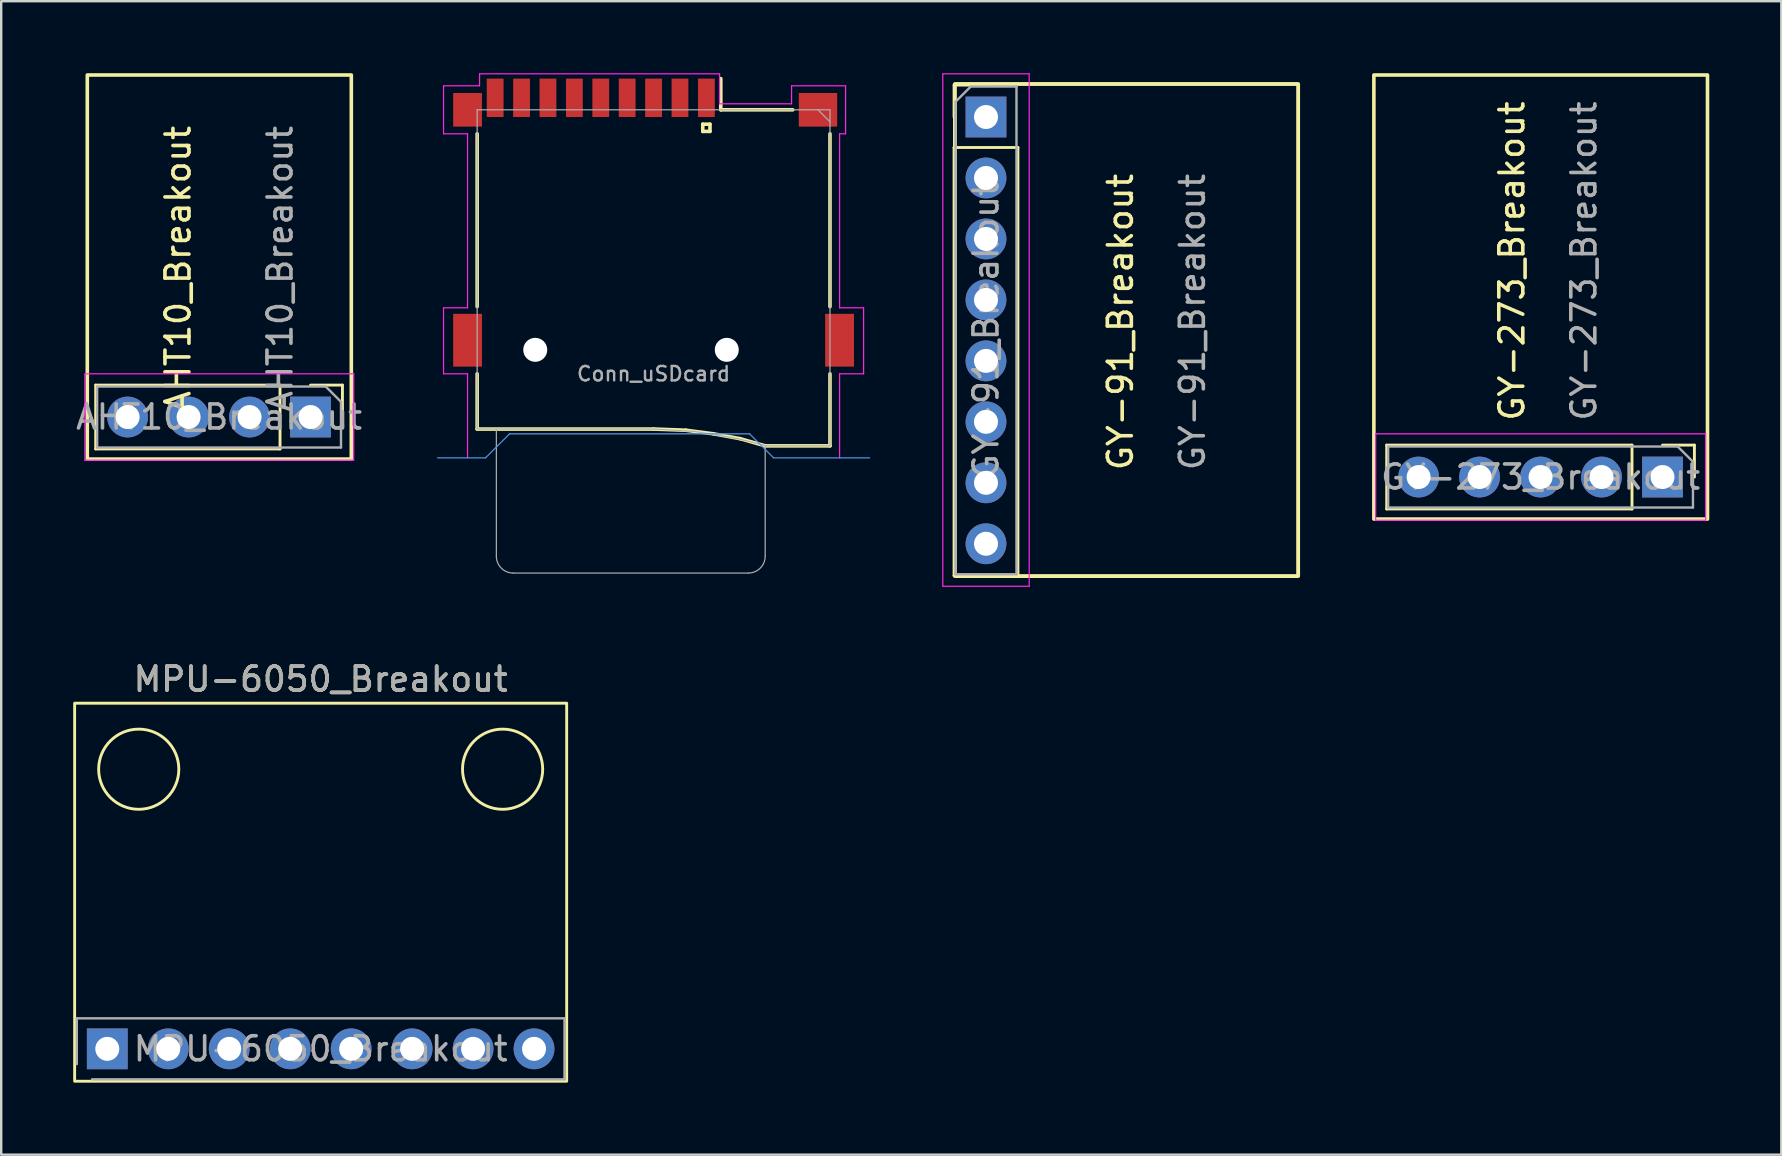
<source format=kicad_pcb>
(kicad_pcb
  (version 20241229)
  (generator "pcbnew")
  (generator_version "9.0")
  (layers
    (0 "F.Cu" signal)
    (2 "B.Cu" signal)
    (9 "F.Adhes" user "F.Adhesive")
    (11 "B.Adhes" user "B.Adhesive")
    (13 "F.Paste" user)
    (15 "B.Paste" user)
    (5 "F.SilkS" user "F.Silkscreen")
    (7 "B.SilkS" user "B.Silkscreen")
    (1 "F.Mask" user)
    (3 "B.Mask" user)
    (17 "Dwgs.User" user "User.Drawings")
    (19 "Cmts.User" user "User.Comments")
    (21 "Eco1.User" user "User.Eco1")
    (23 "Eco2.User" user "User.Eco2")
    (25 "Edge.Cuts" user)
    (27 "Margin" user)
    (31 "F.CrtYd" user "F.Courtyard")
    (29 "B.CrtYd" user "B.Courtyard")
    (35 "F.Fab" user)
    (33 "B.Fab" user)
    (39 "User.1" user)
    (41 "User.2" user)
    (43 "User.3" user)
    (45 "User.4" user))
  (footprint "Conn_uSDcard"
    (layer "F.Cu")
    (at 24.18 11.525)
    (property "Reference" "Conn_uSDcard" (at 0 1 180) (layer "F.Fab") (effects (font (size 0.6 0.6) (thickness 0.1))))
    (attr through_hole)
    (fp_line (start -7.35 -1.8) (end -7.35 -9) (stroke (width 0.15) (type solid)) (layer "F.SilkS"))
    (fp_line (start -7.35 1) (end -7.35 3.3) (stroke (width 0.15) (type solid)) (layer "F.SilkS"))
    (fp_line (start -7.35 3.3) (end 0 3.3) (stroke (width 0.15) (type solid)) (layer "F.SilkS"))
    (fp_line (start 0 3.3) (end 1.35 3.35) (stroke (width 0.15) (type solid)) (layer "F.SilkS"))
    (fp_line (start 1.35 3.35) (end 2.5 3.5) (stroke (width 0.15) (type solid)) (layer "F.SilkS"))
    (fp_line (start 2.05 -9.4) (end 2.05 -9.1) (stroke (width 0.15) (type solid)) (layer "F.SilkS"))
    (fp_line (start 2.05 -9.1) (end 2.35 -9.1) (stroke (width 0.15) (type solid)) (layer "F.SilkS"))
    (fp_line (start 2.35 -9.4) (end 2.05 -9.4) (stroke (width 0.15) (type solid)) (layer "F.SilkS"))
    (fp_line (start 2.35 -9.1) (end 2.35 -9.4) (stroke (width 0.15) (type solid)) (layer "F.SilkS"))
    (fp_line (start 2.5 3.5) (end 3.6 3.7) (stroke (width 0.15) (type solid)) (layer "F.SilkS"))
    (fp_line (start 2.8 -10) (end 2.8 -11.3) (stroke (width 0.15) (type solid)) (layer "F.SilkS"))
    (fp_line (start 2.8 -10) (end 5.8 -10) (stroke (width 0.15) (type solid)) (layer "F.SilkS"))
    (fp_line (start 3.6 3.7) (end 4.65 4) (stroke (width 0.15) (type solid)) (layer "F.SilkS"))
    (fp_line (start 4.65 4) (end 7.35 4) (stroke (width 0.15) (type solid)) (layer "F.SilkS"))
    (fp_line (start 7.35 -9) (end 7.35 -1.8) (stroke (width 0.15) (type solid)) (layer "F.SilkS"))
    (fp_line (start 7.35 4) (end 7.35 1) (stroke (width 0.15) (type solid)) (layer "F.SilkS"))
    (fp_line (start -9 4.5) (end -7 4.5) (stroke (width 0.05) (type solid)) (layer "Cmts.User"))
    (fp_line (start -7 4.5) (end -6 3.5) (stroke (width 0.05) (type solid)) (layer "Cmts.User"))
    (fp_line (start -6 3.5) (end 4 3.5) (stroke (width 0.05) (type solid)) (layer "Cmts.User"))
    (fp_line (start 4 3.5) (end 5 4.5) (stroke (width 0.05) (type solid)) (layer "Cmts.User"))
    (fp_line (start 5 4.5) (end 9 4.5) (stroke (width 0.05) (type solid)) (layer "Cmts.User"))
    (fp_line (start -8.75 -11) (end -7.25 -11) (stroke (width 0.05) (type solid)) (layer "F.CrtYd"))
    (fp_line (start -8.75 -9) (end -8.75 -11) (stroke (width 0.05) (type solid)) (layer "F.CrtYd"))
    (fp_line (start -8.75 -1.75) (end -7.75 -1.75) (stroke (width 0.05) (type solid)) (layer "F.CrtYd"))
    (fp_line (start -8.75 1) (end -8.75 -1.75) (stroke (width 0.05) (type solid)) (layer "F.CrtYd"))
    (fp_line (start -7.75 -9) (end -8.75 -9) (stroke (width 0.05) (type solid)) (layer "F.CrtYd"))
    (fp_line (start -7.75 -1.75) (end -7.75 -9) (stroke (width 0.05) (type solid)) (layer "F.CrtYd"))
    (fp_line (start -7.75 1) (end -8.75 1) (stroke (width 0.05) (type solid)) (layer "F.CrtYd"))
    (fp_line (start -7.75 4.5) (end -7.75 1) (stroke (width 0.05) (type solid)) (layer "F.CrtYd"))
    (fp_line (start -7.25 -11.5) (end 2.75 -11.5) (stroke (width 0.05) (type solid)) (layer "F.CrtYd"))
    (fp_line (start -7.25 -11) (end -7.25 -11.5) (stroke (width 0.05) (type solid)) (layer "F.CrtYd"))
    (fp_line (start 2.75 -11.5) (end 2.75 -10.25) (stroke (width 0.05) (type solid)) (layer "F.CrtYd"))
    (fp_line (start 2.75 -10.25) (end 5.75 -10.25) (stroke (width 0.05) (type solid)) (layer "F.CrtYd"))
    (fp_line (start 5.75 -11) (end 8 -11) (stroke (width 0.05) (type solid)) (layer "F.CrtYd"))
    (fp_line (start 5.75 -10.25) (end 5.75 -11) (stroke (width 0.05) (type solid)) (layer "F.CrtYd"))
    (fp_line (start 7.75 -9) (end 7.75 -1.75) (stroke (width 0.05) (type solid)) (layer "F.CrtYd"))
    (fp_line (start 7.75 -1.75) (end 8.75 -1.75) (stroke (width 0.05) (type solid)) (layer "F.CrtYd"))
    (fp_line (start 7.75 1) (end 7.75 4.5) (stroke (width 0.05) (type solid)) (layer "F.CrtYd"))
    (fp_line (start 8 -11) (end 8 -9) (stroke (width 0.05) (type solid)) (layer "F.CrtYd"))
    (fp_line (start 8 -9) (end 7.75 -9) (stroke (width 0.05) (type solid)) (layer "F.CrtYd"))
    (fp_line (start 8.75 -1.75) (end 8.75 1) (stroke (width 0.05) (type solid)) (layer "F.CrtYd"))
    (fp_line (start 8.75 1) (end 7.75 1) (stroke (width 0.05) (type solid)) (layer "F.CrtYd"))
    (fp_line (start -7.35 -10) (end -7.35 3.3) (stroke (width 0.05) (type solid)) (layer "F.Fab"))
    (fp_line (start -7.35 -10) (end 7.35 -10) (stroke (width 0.05) (type solid)) (layer "F.Fab"))
    (fp_line (start -7.35 3.3) (end 0 3.3) (stroke (width 0.05) (type solid)) (layer "F.Fab"))
    (fp_line (start -6.55 8.6) (end -6.55 3.3) (stroke (width 0.05) (type solid)) (layer "F.Fab"))
    (fp_line (start -5.85 9.3) (end 3.95 9.3) (stroke (width 0.05) (type solid)) (layer "F.Fab"))
    (fp_line (start 0 3.3) (end 1.7 3.4) (stroke (width 0.05) (type solid)) (layer "F.Fab"))
    (fp_line (start 1.7 3.4) (end 3.5 3.7) (stroke (width 0.05) (type solid)) (layer "F.Fab"))
    (fp_line (start 3.5 3.7) (end 4.7 4) (stroke (width 0.05) (type solid)) (layer "F.Fab"))
    (fp_line (start 4.65 4) (end 7.35 4) (stroke (width 0.05) (type solid)) (layer "F.Fab"))
    (fp_line (start 4.65 8.6) (end 4.65 4) (stroke (width 0.05) (type solid)) (layer "F.Fab"))
    (fp_line (start 7.35 -10) (end 7.35 4) (stroke (width 0.05) (type solid)) (layer "F.Fab"))
    (fp_line (start 7.35 -9.5) (end 6.85 -10) (stroke (width 0.05) (type solid)) (layer "F.Fab"))
    (fp_arc (start -5.85 9.3) (mid -6.344975 9.094975) (end -6.55 8.6) (stroke (width 0.05) (type solid)) (layer "F.Fab"))
    (fp_arc (start 4.65 8.6) (mid 4.444975 9.094975) (end 3.95 9.3) (stroke (width 0.05) (type solid)) (layer "F.Fab"))
    (fp_text user "${REFERENCE}" (at 2.1 -9.35 180) (layer "Eco1.User") (effects (font (size 0.3 0.3) (thickness 0.03))))
    (pad "" np_thru_hole circle (at -4.93 0) (size 1 1) (drill 1) (layers "*.Cu"))
    (pad "" np_thru_hole circle (at 3.05 0) (size 1 1) (drill 1) (layers "*.Cu"))
    (pad "1" smd rect (at 2.2 -10.5) (size 0.7 1.6) (layers "F.Cu" "F.Mask" "F.Paste"))
    (pad "2" smd rect (at 1.1 -10.5) (size 0.7 1.6) (layers "F.Cu" "F.Mask" "F.Paste"))
    (pad "3" smd rect (at 0 -10.5) (size 0.7 1.6) (layers "F.Cu" "F.Mask" "F.Paste"))
    (pad "4" smd rect (at -1.1 -10.5) (size 0.7 1.6) (layers "F.Cu" "F.Mask" "F.Paste"))
    (pad "5" smd rect (at -2.2 -10.5) (size 0.7 1.6) (layers "F.Cu" "F.Mask" "F.Paste"))
    (pad "6" smd rect (at -7.75 -10) (size 1.2 1.4) (layers "F.Cu" "F.Mask" "F.Paste"))
    (pad "6" smd rect (at -7.75 -0.4) (size 1.2 2.2) (layers "F.Cu" "F.Mask" "F.Paste"))
    (pad "6" smd rect (at -3.3 -10.5) (size 0.7 1.6) (layers "F.Cu" "F.Mask" "F.Paste"))
    (pad "6" smd rect (at 6.85 -10) (size 1.6 1.4) (layers "F.Cu" "F.Mask" "F.Paste"))
    (pad "6" smd rect (at 7.75 -0.4) (size 1.2 2.2) (layers "F.Cu" "F.Mask" "F.Paste"))
    (pad "7" smd rect (at -4.4 -10.5) (size 0.7 1.6) (layers "F.Cu" "F.Mask" "F.Paste"))
    (pad "8" smd rect (at -5.5 -10.5) (size 0.7 1.6) (layers "F.Cu" "F.Mask" "F.Paste"))
    (pad "9" smd rect (at -6.6 -10.5) (size 0.7 1.6) (layers "F.Cu" "F.Mask" "F.Paste")))
  (footprint "GY-91_Breakout"
    (layer "F.Cu")
    (at 44.83 10.865)
    (property "Reference" "GY-91_Breakout" (at -1.2 -0.5 90) (unlocked yes) (layer "F.SilkS") (effects (font (size 1 1) (thickness 0.15))))
    (attr through_hole)
    (fp_line (start -8.13 -10.37) (end -6.8 -10.37) (stroke (width 0.12) (type solid)) (layer "F.SilkS"))
    (fp_line (start -8.13 -9.04) (end -8.13 -10.37) (stroke (width 0.12) (type solid)) (layer "F.SilkS"))
    (fp_line (start -8.13 -7.77) (end -8.13 10.07) (stroke (width 0.12) (type solid)) (layer "F.SilkS"))
    (fp_line (start -8.13 -7.77) (end -5.47 -7.77) (stroke (width 0.12) (type solid)) (layer "F.SilkS"))
    (fp_line (start -8.13 10.07) (end -5.47 10.07) (stroke (width 0.12) (type solid)) (layer "F.SilkS"))
    (fp_line (start -5.47 -7.77) (end -5.47 10.07) (stroke (width 0.12) (type solid)) (layer "F.SilkS"))
    (fp_rect (start -8.095 -10.415) (end 6.205 10.085) (stroke (width 0.16) (type solid)) (fill no) (layer "F.SilkS"))
    (fp_line (start -8.6 -10.84) (end -8.6 10.51) (stroke (width 0.05) (type solid)) (layer "F.CrtYd"))
    (fp_line (start -8.6 10.51) (end -5 10.51) (stroke (width 0.05) (type solid)) (layer "F.CrtYd"))
    (fp_line (start -5 -10.84) (end -8.6 -10.84) (stroke (width 0.05) (type solid)) (layer "F.CrtYd"))
    (fp_line (start -5 10.51) (end -5 -10.84) (stroke (width 0.05) (type solid)) (layer "F.CrtYd"))
    (fp_line (start -8.07 -9.675) (end -7.435 -10.31) (stroke (width 0.1) (type solid)) (layer "F.Fab"))
    (fp_line (start -8.07 10.01) (end -8.07 -9.675) (stroke (width 0.1) (type solid)) (layer "F.Fab"))
    (fp_line (start -7.435 -10.31) (end -5.53 -10.31) (stroke (width 0.1) (type solid)) (layer "F.Fab"))
    (fp_line (start -5.53 -10.31) (end -5.53 10.01) (stroke (width 0.1) (type solid)) (layer "F.Fab"))
    (fp_line (start -5.53 10.01) (end -8.07 10.01) (stroke (width 0.1) (type solid)) (layer "F.Fab"))
    (fp_text user "${REFERENCE}" (at -6.8 -0.15 90) (layer "F.Fab") (effects (font (size 1 1) (thickness 0.15))))
    (fp_text user "${REFERENCE}" (at 1.8 -0.5 90) (unlocked yes) (layer "F.Fab") (effects (font (size 1 1) (thickness 0.15))))
    (pad "1" thru_hole rect (at -6.8 -9.04) (size 1.7 1.7) (drill 1) (layers "*.Cu" "*.Mask"))
    (pad "2" thru_hole oval (at -6.8 -6.5) (size 1.7 1.7) (drill 1) (layers "*.Cu" "*.Mask"))
    (pad "3" thru_hole oval (at -6.8 -3.96) (size 1.7 1.7) (drill 1) (layers "*.Cu" "*.Mask"))
    (pad "4" thru_hole oval (at -6.8 -1.42) (size 1.7 1.7) (drill 1) (layers "*.Cu" "*.Mask"))
    (pad "5" thru_hole oval (at -6.8 1.12) (size 1.7 1.7) (drill 1) (layers "*.Cu" "*.Mask"))
    (pad "6" thru_hole oval (at -6.8 3.66) (size 1.7 1.7) (drill 1) (layers "*.Cu" "*.Mask"))
    (pad "7" thru_hole oval (at -6.8 6.2) (size 1.7 1.7) (drill 1) (layers "*.Cu" "*.Mask"))
    (pad "8" thru_hole oval (at -6.8 8.74) (size 1.7 1.7) (drill 1) (layers "*.Cu" "*.Mask")))
  (footprint "AHT10_Breakout"
    (layer "F.Cu")
    (at 6.117 8.155)
    (property "Reference" "AHT10_Breakout" (at -1.75 0 90) (unlocked yes) (layer "F.SilkS") (effects (font (size 1 1) (thickness 0.15))))
    (attr through_hole)
    (fp_line (start -5.18 4.84) (end -5.18 7.5) (stroke (width 0.12) (type solid)) (layer "F.SilkS"))
    (fp_line (start 2.5 4.84) (end -5.18 4.84) (stroke (width 0.12) (type solid)) (layer "F.SilkS"))
    (fp_line (start 2.5 4.84) (end 2.5 7.5) (stroke (width 0.12) (type solid)) (layer "F.SilkS"))
    (fp_line (start 2.5 7.5) (end -5.18 7.5) (stroke (width 0.12) (type solid)) (layer "F.SilkS"))
    (fp_line (start 3.77 4.84) (end 5.1 4.84) (stroke (width 0.12) (type solid)) (layer "F.SilkS"))
    (fp_line (start 5.1 4.84) (end 5.1 6.17) (stroke (width 0.12) (type solid)) (layer "F.SilkS"))
    (fp_poly (pts (xy 5.47 7.92) (xy -5.53 7.92) (xy -5.53 -8.08) (xy 5.47 -8.08)) (stroke (width 0.15) (type solid)) (fill no) (layer "F.SilkS"))
    (fp_line (start -5.63 4.37) (end -5.63 7.97) (stroke (width 0.05) (type solid)) (layer "F.CrtYd"))
    (fp_line (start -5.63 7.97) (end 5.57 7.97) (stroke (width 0.05) (type solid)) (layer "F.CrtYd"))
    (fp_line (start 5.57 4.37) (end -5.63 4.37) (stroke (width 0.05) (type solid)) (layer "F.CrtYd"))
    (fp_line (start 5.57 7.97) (end 5.57 4.37) (stroke (width 0.05) (type solid)) (layer "F.CrtYd"))
    (fp_line (start -5.12 4.9) (end 4.405 4.9) (stroke (width 0.1) (type solid)) (layer "F.Fab"))
    (fp_line (start -5.12 7.44) (end -5.12 4.9) (stroke (width 0.1) (type solid)) (layer "F.Fab"))
    (fp_line (start 4.405 4.9) (end 5.04 5.535) (stroke (width 0.1) (type solid)) (layer "F.Fab"))
    (fp_line (start 5.04 5.535) (end 5.04 7.44) (stroke (width 0.1) (type solid)) (layer "F.Fab"))
    (fp_line (start 5.04 7.44) (end -5.12 7.44) (stroke (width 0.1) (type solid)) (layer "F.Fab"))
    (fp_text user "${REFERENCE}" (at -0.04 6.17 180) (layer "F.Fab") (effects (font (size 1 1) (thickness 0.15))))
    (fp_text user "${REFERENCE}" (at 2.5 0 90) (unlocked yes) (layer "F.Fab") (effects (font (size 1 1) (thickness 0.15))))
    (pad "1" thru_hole rect (at 3.77 6.17 270) (size 1.7 1.7) (drill 1) (layers "*.Cu" "*.Mask"))
    (pad "2" thru_hole oval (at 1.23 6.17 270) (size 1.7 1.7) (drill 1) (layers "*.Cu" "*.Mask"))
    (pad "3" thru_hole oval (at -1.31 6.17 270) (size 1.7 1.7) (drill 1) (layers "*.Cu" "*.Mask"))
    (pad "4" thru_hole oval (at -3.85 6.17 270) (size 1.7 1.7) (drill 1) (layers "*.Cu" "*.Mask")))
  (footprint "MPU-6050_Breakout"
    (layer "F.Cu")
    (at 10.62 33.898)
    (property "Reference" "MPU-6050_Breakout" (at -0.31 -8.65 0) (unlocked yes) (layer "F.SilkS") (effects (font (size 1 1) (thickness 0.15))))
    (attr through_hole)
    (fp_rect (start -10.56 -7.65) (end 9.94 8.1) (stroke (width 0.12) (type solid)) (fill no) (layer "F.SilkS"))
    (fp_circle (center -7.89 -4.9) (end -6.22 -4.9) (stroke (width 0.12) (type solid)) (fill no) (layer "F.SilkS"))
    (fp_circle (center 7.27 -4.9) (end 8.94 -4.9) (stroke (width 0.12) (type solid)) (fill no) (layer "F.SilkS"))
    (fp_line (start -10.47 5.48) (end -10.47 7.385) (stroke (width 0.1) (type solid)) (layer "F.Fab"))
    (fp_line (start -9.835 8.02) (end 9.85 8.02) (stroke (width 0.1) (type solid)) (layer "F.Fab"))
    (fp_line (start 9.85 5.48) (end -10.47 5.48) (stroke (width 0.1) (type solid)) (layer "F.Fab"))
    (fp_line (start 9.85 8.02) (end 9.85 5.48) (stroke (width 0.1) (type solid)) (layer "F.Fab"))
    (fp_text user "${REFERENCE}" (at -0.31 -8.65 0) (unlocked yes) (layer "F.Fab") (effects (font (size 1 1) (thickness 0.15))))
    (fp_text user "${REFERENCE}" (at -0.31 6.75 0) (layer "F.Fab") (effects (font (size 1 1) (thickness 0.15))))
    (pad "1" thru_hole rect (at -9.2 6.75 90) (size 1.7 1.7) (drill 1) (layers "*.Cu" "*.Mask"))
    (pad "2" thru_hole oval (at -6.66 6.75 90) (size 1.7 1.7) (drill 1) (layers "*.Cu" "*.Mask"))
    (pad "3" thru_hole oval (at -4.12 6.75 90) (size 1.7 1.7) (drill 1) (layers "*.Cu" "*.Mask"))
    (pad "4" thru_hole oval (at -1.58 6.75 90) (size 1.7 1.7) (drill 1) (layers "*.Cu" "*.Mask"))
    (pad "5" thru_hole oval (at 0.96 6.75 90) (size 1.7 1.7) (drill 1) (layers "*.Cu" "*.Mask"))
    (pad "6" thru_hole oval (at 3.5 6.75 90) (size 1.7 1.7) (drill 1) (layers "*.Cu" "*.Mask"))
    (pad "7" thru_hole oval (at 6.04 6.75 90) (size 1.7 1.7) (drill 1) (layers "*.Cu" "*.Mask"))
    (pad "8" thru_hole oval (at 8.58 6.75 90) (size 1.7 1.7) (drill 1) (layers "*.Cu" "*.Mask")))
  (footprint "GY-273_Breakout"
    (layer "F.Cu")
    (at 61.195 8.745)
    (property "Reference" "GY-273_Breakout" (at -1.255 -0.92 90) (unlocked yes) (layer "F.SilkS") (effects (font (size 1 1) (thickness 0.15))))
    (attr through_hole)
    (fp_line (start -6.47 6.75) (end -6.47 9.41) (stroke (width 0.12) (type solid)) (layer "F.SilkS"))
    (fp_line (start 3.75 6.75) (end -6.47 6.75) (stroke (width 0.12) (type solid)) (layer "F.SilkS"))
    (fp_line (start 3.75 6.75) (end 3.75 9.41) (stroke (width 0.12) (type solid)) (layer "F.SilkS"))
    (fp_line (start 3.75 9.41) (end -6.47 9.41) (stroke (width 0.12) (type solid)) (layer "F.SilkS"))
    (fp_line (start 5.02 6.75) (end 6.35 6.75) (stroke (width 0.12) (type solid)) (layer "F.SilkS"))
    (fp_line (start 6.35 6.75) (end 6.35 8.08) (stroke (width 0.12) (type solid)) (layer "F.SilkS"))
    (fp_poly (pts (xy 6.895 9.83) (xy -7.005 9.83) (xy -7.005 -8.67) (xy 6.895 -8.67)) (stroke (width 0.15) (type solid)) (fill no) (layer "F.SilkS"))
    (fp_line (start -6.93 6.28) (end -6.93 9.88) (stroke (width 0.05) (type solid)) (layer "F.CrtYd"))
    (fp_line (start -6.93 9.88) (end 6.82 9.88) (stroke (width 0.05) (type solid)) (layer "F.CrtYd"))
    (fp_line (start 6.82 6.28) (end -6.93 6.28) (stroke (width 0.05) (type solid)) (layer "F.CrtYd"))
    (fp_line (start 6.82 9.88) (end 6.82 6.28) (stroke (width 0.05) (type solid)) (layer "F.CrtYd"))
    (fp_line (start -6.41 6.81) (end 5.655 6.81) (stroke (width 0.1) (type solid)) (layer "F.Fab"))
    (fp_line (start -6.41 9.35) (end -6.41 6.81) (stroke (width 0.1) (type solid)) (layer "F.Fab"))
    (fp_line (start 5.655 6.81) (end 6.29 7.445) (stroke (width 0.1) (type solid)) (layer "F.Fab"))
    (fp_line (start 6.29 7.445) (end 6.29 9.35) (stroke (width 0.1) (type solid)) (layer "F.Fab"))
    (fp_line (start 6.29 9.35) (end -6.41 9.35) (stroke (width 0.1) (type solid)) (layer "F.Fab"))
    (fp_text user "${REFERENCE}" (at 1.745 -0.92 90) (unlocked yes) (layer "F.Fab") (effects (font (size 1 1) (thickness 0.15))))
    (fp_text user "${REFERENCE}" (at -0.06 8.08 0) (layer "F.Fab") (effects (font (size 1 1) (thickness 0.15))))
    (pad "1" thru_hole rect (at 5.02 8.08 270) (size 1.7 1.7) (drill 1) (layers "*.Cu" "*.Mask"))
    (pad "2" thru_hole oval (at 2.48 8.08 270) (size 1.7 1.7) (drill 1) (layers "*.Cu" "*.Mask"))
    (pad "3" thru_hole oval (at -0.06 8.08 270) (size 1.7 1.7) (drill 1) (layers "*.Cu" "*.Mask"))
    (pad "4" thru_hole oval (at -2.6 8.08 270) (size 1.7 1.7) (drill 1) (layers "*.Cu" "*.Mask"))
    (pad "5" thru_hole oval (at -5.14 8.08 270) (size 1.7 1.7) (drill 1) (layers "*.Cu" "*.Mask")))
  (gr_rect
    (start -3 -3)
    (end 71.165 45.058)
    (stroke (width 0.1) (type default))
    (fill no)
    (layer "Edge.Cuts")))
</source>
